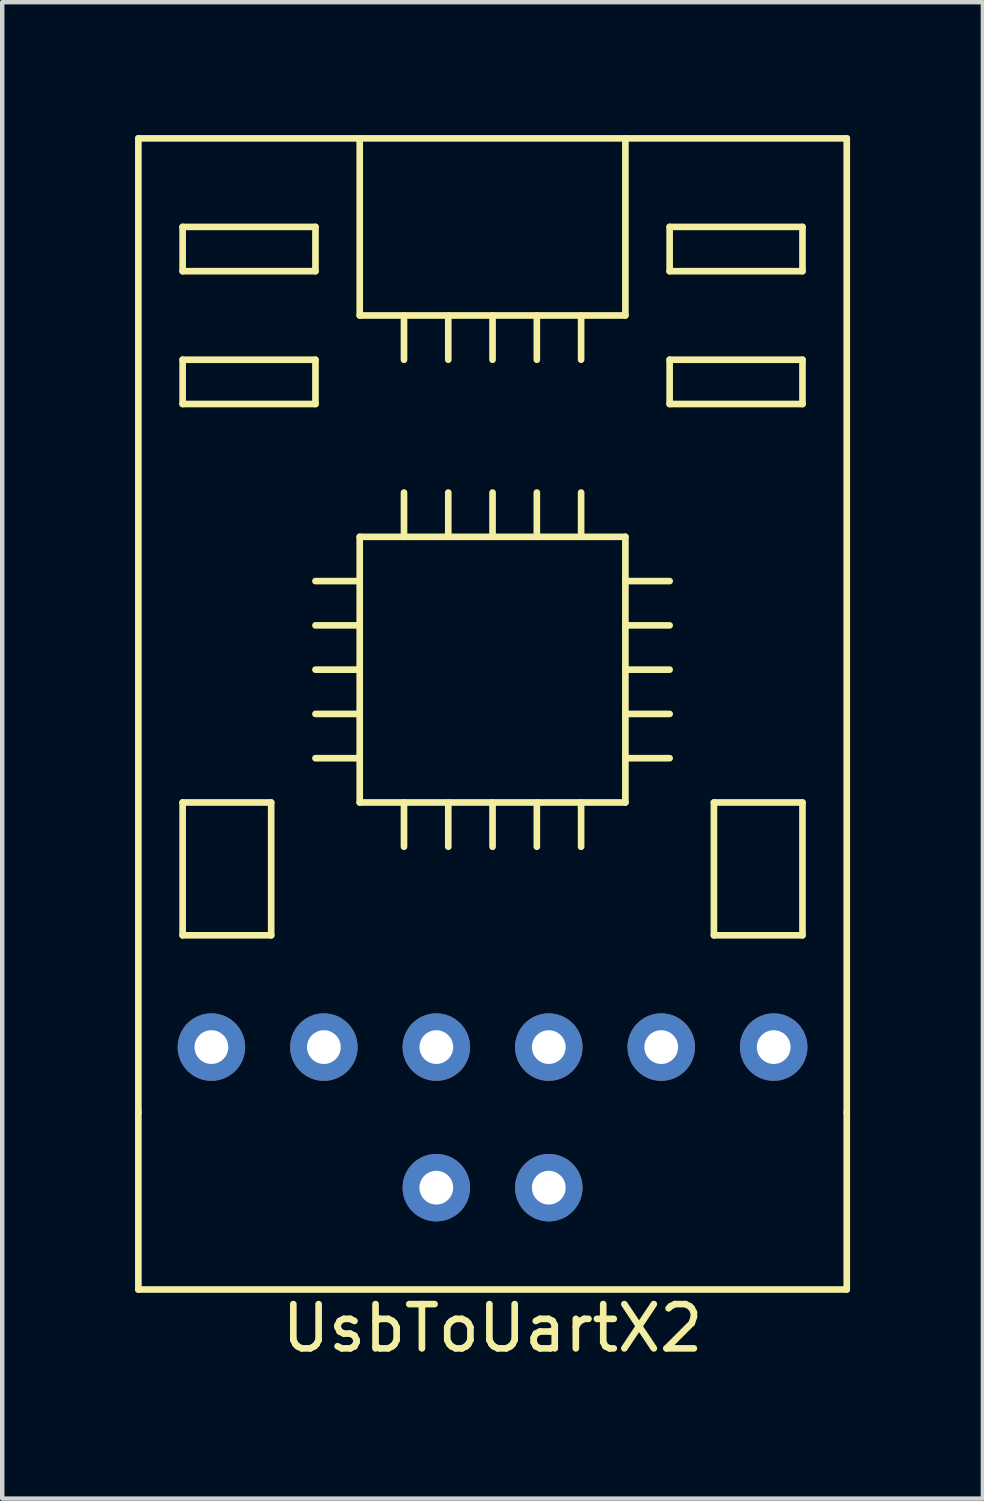
<source format=kicad_pcb>
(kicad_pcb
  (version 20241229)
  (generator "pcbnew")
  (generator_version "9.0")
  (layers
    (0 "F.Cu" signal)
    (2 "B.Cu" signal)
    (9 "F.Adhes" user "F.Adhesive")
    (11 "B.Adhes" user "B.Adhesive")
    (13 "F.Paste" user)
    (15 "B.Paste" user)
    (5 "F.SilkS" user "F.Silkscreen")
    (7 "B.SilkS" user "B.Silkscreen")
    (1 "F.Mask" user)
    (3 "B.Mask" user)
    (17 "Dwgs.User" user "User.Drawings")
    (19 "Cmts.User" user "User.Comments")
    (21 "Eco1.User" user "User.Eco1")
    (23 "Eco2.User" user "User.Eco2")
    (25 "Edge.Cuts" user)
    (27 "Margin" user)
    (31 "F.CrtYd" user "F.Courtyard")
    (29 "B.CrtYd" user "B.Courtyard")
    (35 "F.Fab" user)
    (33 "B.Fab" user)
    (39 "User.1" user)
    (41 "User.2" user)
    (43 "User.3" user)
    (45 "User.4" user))
  (footprint "UsbToUartX2"
    (layer "F.Cu")
    (at 8.075 11.075)
    (property "Reference" "UsbToUartX2" (at 0 15.875 0) (layer "F.SilkS") (effects (font (size 1 1) (thickness 0.15))))
    (attr through_hole)
    (fp_line (start -8 -11) (end 8 -11) (stroke (width 0.15) (type solid)) (layer "F.SilkS"))
    (fp_line (start -8 11) (end -8 -11) (stroke (width 0.15) (type solid)) (layer "F.SilkS"))
    (fp_line (start -8 11) (end -8 15) (stroke (width 0.15) (type solid)) (layer "F.SilkS"))
    (fp_line (start -8 15) (end 8 15) (stroke (width 0.15) (type solid)) (layer "F.SilkS"))
    (fp_line (start -7 -9) (end -7 -8) (stroke (width 0.15) (type solid)) (layer "F.SilkS"))
    (fp_line (start -7 -8) (end -4 -8) (stroke (width 0.15) (type solid)) (layer "F.SilkS"))
    (fp_line (start -7 -6) (end -7 -5) (stroke (width 0.15) (type solid)) (layer "F.SilkS"))
    (fp_line (start -7 -5) (end -4 -5) (stroke (width 0.15) (type solid)) (layer "F.SilkS"))
    (fp_line (start -7 4) (end -5 4) (stroke (width 0.15) (type solid)) (layer "F.SilkS"))
    (fp_line (start -7 7) (end -7 4) (stroke (width 0.15) (type solid)) (layer "F.SilkS"))
    (fp_line (start -5 4) (end -5 7) (stroke (width 0.15) (type solid)) (layer "F.SilkS"))
    (fp_line (start -5 7) (end -7 7) (stroke (width 0.15) (type solid)) (layer "F.SilkS"))
    (fp_line (start -4 -9) (end -7 -9) (stroke (width 0.15) (type solid)) (layer "F.SilkS"))
    (fp_line (start -4 -8) (end -4 -9) (stroke (width 0.15) (type solid)) (layer "F.SilkS"))
    (fp_line (start -4 -6) (end -7 -6) (stroke (width 0.15) (type solid)) (layer "F.SilkS"))
    (fp_line (start -4 -5) (end -4 -6) (stroke (width 0.15) (type solid)) (layer "F.SilkS"))
    (fp_line (start -4 2) (end -3 2) (stroke (width 0.15) (type solid)) (layer "F.SilkS"))
    (fp_line (start -3 -11) (end -3 -7) (stroke (width 0.15) (type solid)) (layer "F.SilkS"))
    (fp_line (start -3 -7) (end 3 -7) (stroke (width 0.15) (type solid)) (layer "F.SilkS"))
    (fp_line (start -3 -2) (end 3 -2) (stroke (width 0.15) (type solid)) (layer "F.SilkS"))
    (fp_line (start -3 -1) (end -4 -1) (stroke (width 0.15) (type solid)) (layer "F.SilkS"))
    (fp_line (start -3 0) (end -4 0) (stroke (width 0.15) (type solid)) (layer "F.SilkS"))
    (fp_line (start -3 1) (end -4 1) (stroke (width 0.15) (type solid)) (layer "F.SilkS"))
    (fp_line (start -3 3) (end -4 3) (stroke (width 0.15) (type solid)) (layer "F.SilkS"))
    (fp_line (start -3 4) (end -3 -2) (stroke (width 0.15) (type solid)) (layer "F.SilkS"))
    (fp_line (start -2 -7) (end -2 -6) (stroke (width 0.15) (type solid)) (layer "F.SilkS"))
    (fp_line (start -2 -3) (end -2 -2) (stroke (width 0.15) (type solid)) (layer "F.SilkS"))
    (fp_line (start -2 4) (end -2 5) (stroke (width 0.15) (type solid)) (layer "F.SilkS"))
    (fp_line (start -1 -6) (end -1 -7) (stroke (width 0.15) (type solid)) (layer "F.SilkS"))
    (fp_line (start -1 -3) (end -1 -2) (stroke (width 0.15) (type solid)) (layer "F.SilkS"))
    (fp_line (start -1 4) (end -1 5) (stroke (width 0.15) (type solid)) (layer "F.SilkS"))
    (fp_line (start 0 -7) (end 0 -6) (stroke (width 0.15) (type solid)) (layer "F.SilkS"))
    (fp_line (start 0 -2) (end 0 -3) (stroke (width 0.15) (type solid)) (layer "F.SilkS"))
    (fp_line (start 0 5) (end 0 4) (stroke (width 0.15) (type solid)) (layer "F.SilkS"))
    (fp_line (start 1 -6) (end 1 -7) (stroke (width 0.15) (type solid)) (layer "F.SilkS"))
    (fp_line (start 1 -3) (end 1 -2) (stroke (width 0.15) (type solid)) (layer "F.SilkS"))
    (fp_line (start 1 4) (end 1 5) (stroke (width 0.15) (type solid)) (layer "F.SilkS"))
    (fp_line (start 2 -7) (end 2 -6) (stroke (width 0.15) (type solid)) (layer "F.SilkS"))
    (fp_line (start 2 -2) (end 2 -3) (stroke (width 0.15) (type solid)) (layer "F.SilkS"))
    (fp_line (start 2 5) (end 2 4) (stroke (width 0.15) (type solid)) (layer "F.SilkS"))
    (fp_line (start 3 -7) (end 3 -11) (stroke (width 0.15) (type solid)) (layer "F.SilkS"))
    (fp_line (start 3 -2) (end 3 4) (stroke (width 0.15) (type solid)) (layer "F.SilkS"))
    (fp_line (start 3 -1) (end 4 -1) (stroke (width 0.15) (type solid)) (layer "F.SilkS"))
    (fp_line (start 3 1) (end 4 1) (stroke (width 0.15) (type solid)) (layer "F.SilkS"))
    (fp_line (start 3 3) (end 4 3) (stroke (width 0.15) (type solid)) (layer "F.SilkS"))
    (fp_line (start 3 4) (end -3 4) (stroke (width 0.15) (type solid)) (layer "F.SilkS"))
    (fp_line (start 4 -9) (end 7 -9) (stroke (width 0.15) (type solid)) (layer "F.SilkS"))
    (fp_line (start 4 -8) (end 4 -9) (stroke (width 0.15) (type solid)) (layer "F.SilkS"))
    (fp_line (start 4 -6) (end 7 -6) (stroke (width 0.15) (type solid)) (layer "F.SilkS"))
    (fp_line (start 4 -5) (end 4 -6) (stroke (width 0.15) (type solid)) (layer "F.SilkS"))
    (fp_line (start 4 0) (end 3 0) (stroke (width 0.15) (type solid)) (layer "F.SilkS"))
    (fp_line (start 4 2) (end 3 2) (stroke (width 0.15) (type solid)) (layer "F.SilkS"))
    (fp_line (start 5 4) (end 5 7) (stroke (width 0.15) (type solid)) (layer "F.SilkS"))
    (fp_line (start 5 7) (end 7 7) (stroke (width 0.15) (type solid)) (layer "F.SilkS"))
    (fp_line (start 7 -9) (end 7 -8) (stroke (width 0.15) (type solid)) (layer "F.SilkS"))
    (fp_line (start 7 -8) (end 4 -8) (stroke (width 0.15) (type solid)) (layer "F.SilkS"))
    (fp_line (start 7 -6) (end 7 -5) (stroke (width 0.15) (type solid)) (layer "F.SilkS"))
    (fp_line (start 7 -5) (end 4 -5) (stroke (width 0.15) (type solid)) (layer "F.SilkS"))
    (fp_line (start 7 4) (end 5 4) (stroke (width 0.15) (type solid)) (layer "F.SilkS"))
    (fp_line (start 7 7) (end 7 4) (stroke (width 0.15) (type solid)) (layer "F.SilkS"))
    (fp_line (start 8 -11) (end 8 11) (stroke (width 0.15) (type solid)) (layer "F.SilkS"))
    (fp_line (start 8 15) (end 8 11) (stroke (width 0.15) (type solid)) (layer "F.SilkS"))
    (pad "1" thru_hole circle (at 6.35 9.525) (size 1.524 1.524) (drill 0.762) (layers "*.Cu" "*.Mask"))
    (pad "2" thru_hole circle (at 3.81 9.525) (size 1.524 1.524) (drill 0.762) (layers "*.Cu" "*.Mask"))
    (pad "3" thru_hole circle (at 1.27 9.525) (size 1.524 1.524) (drill 0.762) (layers "*.Cu" "*.Mask"))
    (pad "4" thru_hole circle (at -1.27 9.525) (size 1.524 1.524) (drill 0.762) (layers "*.Cu" "*.Mask"))
    (pad "5" thru_hole circle (at -3.81 9.525) (size 1.524 1.524) (drill 0.762) (layers "*.Cu" "*.Mask"))
    (pad "6" thru_hole circle (at -6.35 9.525) (size 1.524 1.524) (drill 0.762) (layers "*.Cu" "*.Mask"))
    (pad "7" thru_hole circle (at 1.27 12.7) (size 1.524 1.524) (drill 0.762) (layers "*.Cu" "*.Mask"))
    (pad "8" thru_hole circle (at -1.27 12.7) (size 1.524 1.524) (drill 0.762) (layers "*.Cu" "*.Mask")))
  (gr_rect
    (start -3 -3)
    (end 19.15 30.798)
    (stroke (width 0.1) (type default))
    (fill no)
    (layer "Edge.Cuts")))
</source>
